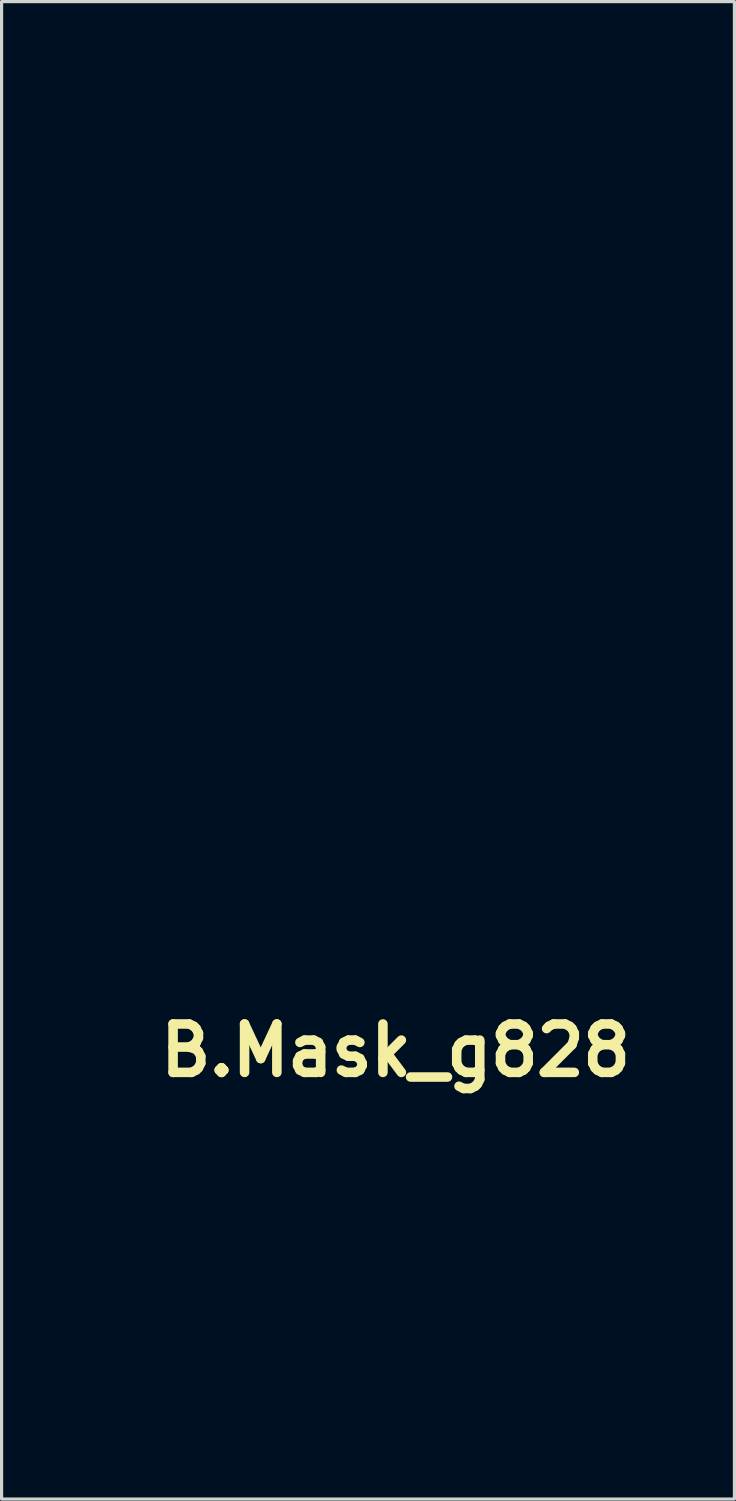
<source format=kicad_pcb>
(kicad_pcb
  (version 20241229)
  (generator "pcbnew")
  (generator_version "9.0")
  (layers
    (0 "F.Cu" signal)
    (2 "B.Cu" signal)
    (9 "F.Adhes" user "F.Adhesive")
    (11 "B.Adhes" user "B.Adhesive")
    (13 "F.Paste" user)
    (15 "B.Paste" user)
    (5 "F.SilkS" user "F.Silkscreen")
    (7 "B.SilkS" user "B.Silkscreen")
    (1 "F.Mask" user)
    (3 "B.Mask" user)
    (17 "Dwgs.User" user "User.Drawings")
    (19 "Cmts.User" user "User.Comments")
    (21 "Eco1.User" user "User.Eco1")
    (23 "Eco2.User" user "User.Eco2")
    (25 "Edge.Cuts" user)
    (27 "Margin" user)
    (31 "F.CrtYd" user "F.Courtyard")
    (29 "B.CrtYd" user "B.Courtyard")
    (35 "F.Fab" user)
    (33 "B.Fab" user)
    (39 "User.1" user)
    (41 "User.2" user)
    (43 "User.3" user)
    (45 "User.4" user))
  (footprint "B.Mask_g828"
    (layer "F.Cu")
    (at 9.401 30.013)
    (property "Reference" "B.Mask_g828" (at 0 0 0) (layer "F.SilkS") (effects (font (size 1.524 1.524) (thickness 0.3))))
    (attr through_hole)
    (fp_poly (pts (xy -3.49 -18.45) (xy -3.283 -18.35) (xy -3.111 -18.196) (xy -2.991 -17.993) (xy -2.965 -17.916) (xy -2.922 -17.633) (xy -2.951 -17.373) (xy -3.042 -17.146) (xy -3.189 -16.961) (xy -3.383 -16.828) (xy -3.617 -16.756) (xy -3.882 -16.755) (xy -3.937 -16.764) (xy -4.182 -16.845) (xy -4.369 -16.987) (xy -4.462 -17.113) (xy -4.569 -17.37) (xy -4.604 -17.635) (xy -4.566 -17.894) (xy -4.459 -18.128) (xy -4.366 -18.245) (xy -4.171 -18.394) (xy -3.95 -18.476) (xy -3.718 -18.494) (xy -3.49 -18.45)) (stroke (width 0.01) (type solid)) (fill yes) (layer "B.Mask"))
    (fp_poly (pts (xy 1.075 -2.8) (xy 1.3 -2.693) (xy 1.475 -2.523) (xy 1.591 -2.295) (xy 1.636 -2.089) (xy 1.631 -1.83) (xy 1.562 -1.587) (xy 1.437 -1.377) (xy 1.266 -1.217) (xy 1.156 -1.158) (xy 0.991 -1.117) (xy 0.789 -1.104) (xy 0.59 -1.12) (xy 0.444 -1.16) (xy 0.254 -1.286) (xy 0.105 -1.473) (xy 0.006 -1.702) (xy -0.033 -1.954) (xy -0.027 -2.089) (xy 0.041 -2.357) (xy 0.172 -2.571) (xy 0.36 -2.726) (xy 0.597 -2.815) (xy 0.804 -2.836) (xy 1.075 -2.8)) (stroke (width 0.01) (type solid)) (fill yes) (layer "B.Mask"))
    (fp_poly (pts (xy 2.297 9.409) (xy 2.487 9.481) (xy 2.489 9.482) (xy 2.679 9.635) (xy 2.811 9.838) (xy 2.884 10.074) (xy 2.895 10.328) (xy 2.84 10.582) (xy 2.732 10.799) (xy 2.586 10.95) (xy 2.387 11.057) (xy 2.158 11.114) (xy 1.923 11.114) (xy 1.763 11.074) (xy 1.55 10.954) (xy 1.389 10.783) (xy 1.282 10.574) (xy 1.23 10.344) (xy 1.233 10.107) (xy 1.292 9.878) (xy 1.408 9.673) (xy 1.582 9.505) (xy 1.672 9.45) (xy 1.855 9.393) (xy 2.075 9.379) (xy 2.297 9.409)) (stroke (width 0.01) (type solid)) (fill yes) (layer "B.Mask"))
    (fp_poly (pts (xy 5.184 -23.245) (xy 5.407 -23.137) (xy 5.582 -22.968) (xy 5.701 -22.747) (xy 5.755 -22.485) (xy 5.757 -22.416) (xy 5.723 -22.164) (xy 5.626 -21.935) (xy 5.479 -21.748) (xy 5.337 -21.646) (xy 5.135 -21.575) (xy 4.903 -21.548) (xy 4.677 -21.568) (xy 4.55 -21.607) (xy 4.353 -21.736) (xy 4.205 -21.918) (xy 4.111 -22.138) (xy 4.073 -22.379) (xy 4.094 -22.623) (xy 4.177 -22.854) (xy 4.288 -23.016) (xy 4.458 -23.167) (xy 4.655 -23.254) (xy 4.899 -23.283) (xy 4.924 -23.283) (xy 5.184 -23.245)) (stroke (width 0.01) (type solid)) (fill yes) (layer "B.Mask"))
    (fp_poly (pts (xy -0.14 -18.664) (xy -0.114 -18.654) (xy 0.064 -18.538) (xy 0.214 -18.361) (xy 0.319 -18.146) (xy 0.339 -18.076) (xy 0.365 -17.812) (xy 0.322 -17.559) (xy 0.217 -17.332) (xy 0.058 -17.148) (xy -0.1 -17.045) (xy -0.297 -16.989) (xy -0.526 -16.979) (xy -0.75 -17.016) (xy -0.871 -17.061) (xy -1.066 -17.202) (xy -1.206 -17.394) (xy -1.29 -17.622) (xy -1.314 -17.872) (xy -1.274 -18.126) (xy -1.169 -18.37) (xy -1.13 -18.431) (xy -0.994 -18.558) (xy -0.804 -18.651) (xy -0.582 -18.703) (xy -0.352 -18.709) (xy -0.14 -18.664)) (stroke (width 0.01) (type solid)) (fill yes) (layer "B.Mask"))
    (fp_poly (pts (xy 0.958 -7.031) (xy 1.189 -6.926) (xy 1.369 -6.764) (xy 1.492 -6.557) (xy 1.549 -6.313) (xy 1.532 -6.045) (xy 1.524 -6.013) (xy 1.44 -5.807) (xy 1.298 -5.604) (xy 1.119 -5.43) (xy 0.97 -5.332) (xy 0.795 -5.275) (xy 0.585 -5.252) (xy 0.376 -5.264) (xy 0.205 -5.312) (xy 0.191 -5.32) (xy -0.041 -5.478) (xy -0.196 -5.673) (xy -0.279 -5.91) (xy -0.295 -6.105) (xy -0.255 -6.385) (xy -0.138 -6.631) (xy 0.022 -6.811) (xy 0.231 -6.963) (xy 0.444 -7.045) (xy 0.687 -7.069) (xy 0.958 -7.031)) (stroke (width 0.01) (type solid)) (fill yes) (layer "B.Mask"))
    (fp_poly (pts (xy -6.161 -19.814) (xy -5.943 -19.673) (xy -5.929 -19.661) (xy -5.788 -19.514) (xy -5.698 -19.361) (xy -5.648 -19.179) (xy -5.631 -18.944) (xy -5.63 -18.883) (xy -5.648 -18.61) (xy -5.705 -18.398) (xy -5.809 -18.228) (xy -5.969 -18.082) (xy -5.978 -18.075) (xy -6.211 -17.943) (xy -6.446 -17.891) (xy -6.701 -17.916) (xy -6.744 -17.926) (xy -6.978 -18.029) (xy -7.167 -18.197) (xy -7.305 -18.418) (xy -7.384 -18.682) (xy -7.399 -18.978) (xy -7.396 -19.015) (xy -7.337 -19.283) (xy -7.218 -19.509) (xy -7.052 -19.687) (xy -6.851 -19.812) (xy -6.627 -19.878) (xy -6.393 -19.881) (xy -6.161 -19.814)) (stroke (width 0.01) (type solid)) (fill yes) (layer "B.Mask"))
    (fp_poly (pts (xy -8.4 -21.905) (xy -8.162 -21.828) (xy -8.077 -21.78) (xy -7.909 -21.623) (xy -7.795 -21.421) (xy -7.735 -21.192) (xy -7.728 -20.954) (xy -7.773 -20.722) (xy -7.871 -20.514) (xy -8.02 -20.348) (xy -8.13 -20.277) (xy -8.266 -20.223) (xy -8.425 -20.183) (xy -8.575 -20.161) (xy -8.685 -20.165) (xy -8.7 -20.169) (xy -8.77 -20.19) (xy -8.855 -20.21) (xy -8.961 -20.254) (xy -9.08 -20.331) (xy -9.104 -20.35) (xy -9.261 -20.534) (xy -9.358 -20.758) (xy -9.396 -21.005) (xy -9.375 -21.254) (xy -9.295 -21.486) (xy -9.155 -21.683) (xy -9.106 -21.728) (xy -8.895 -21.853) (xy -8.652 -21.913) (xy -8.4 -21.905)) (stroke (width 0.01) (type solid)) (fill yes) (layer "B.Mask"))
    (fp_poly (pts (xy 1.467 1.72) (xy 1.705 1.821) (xy 1.787 1.877) (xy 1.966 2.049) (xy 2.078 2.248) (xy 2.13 2.489) (xy 2.136 2.646) (xy 2.1 2.937) (xy 1.997 3.18) (xy 1.829 3.37) (xy 1.6 3.504) (xy 1.507 3.536) (xy 1.355 3.577) (xy 1.242 3.59) (xy 1.129 3.578) (xy 1.009 3.548) (xy 0.821 3.462) (xy 0.642 3.318) (xy 0.5 3.142) (xy 0.443 3.029) (xy 0.396 2.846) (xy 0.385 2.625) (xy 0.388 2.545) (xy 0.403 2.373) (xy 0.431 2.254) (xy 0.483 2.156) (xy 0.534 2.087) (xy 0.743 1.883) (xy 0.975 1.753) (xy 1.22 1.698) (xy 1.467 1.72)) (stroke (width 0.01) (type solid)) (fill yes) (layer "B.Mask"))
    (fp_poly (pts (xy 1.551 6.08) (xy 1.674 6.101) (xy 1.778 6.144) (xy 1.85 6.188) (xy 2.023 6.35) (xy 2.139 6.558) (xy 2.199 6.795) (xy 2.202 7.042) (xy 2.146 7.282) (xy 2.032 7.498) (xy 1.904 7.636) (xy 1.795 7.713) (xy 1.696 7.761) (xy 1.679 7.766) (xy 1.448 7.801) (xy 1.27 7.799) (xy 1.27 7.799) (xy 1.1 7.772) (xy 0.979 7.727) (xy 0.869 7.653) (xy 0.848 7.636) (xy 0.68 7.445) (xy 0.582 7.213) (xy 0.55 6.937) (xy 0.584 6.648) (xy 0.683 6.412) (xy 0.846 6.229) (xy 0.902 6.188) (xy 1.01 6.126) (xy 1.117 6.091) (xy 1.256 6.077) (xy 1.376 6.075) (xy 1.551 6.08)) (stroke (width 0.01) (type solid)) (fill yes) (layer "B.Mask"))
    (fp_poly (pts (xy -5.747 -28.399) (xy -5.546 -28.325) (xy -5.376 -28.229) (xy -5.261 -28.135) (xy -5.172 -28.016) (xy -5.096 -27.869) (xy -4.984 -27.555) (xy -4.943 -27.243) (xy -4.967 -26.944) (xy -5.055 -26.671) (xy -5.204 -26.434) (xy -5.409 -26.245) (xy -5.566 -26.157) (xy -5.722 -26.111) (xy -5.928 -26.086) (xy -6.151 -26.082) (xy -6.357 -26.1) (xy -6.458 -26.122) (xy -6.607 -26.195) (xy -6.769 -26.32) (xy -6.919 -26.473) (xy -7.03 -26.631) (xy -7.035 -26.643) (xy -7.098 -26.82) (xy -7.137 -27.044) (xy -7.15 -27.283) (xy -7.135 -27.5) (xy -7.118 -27.581) (xy -7.067 -27.719) (xy -6.989 -27.876) (xy -6.946 -27.95) (xy -6.773 -28.146) (xy -6.548 -28.295) (xy -6.289 -28.39) (xy -6.015 -28.427) (xy -5.747 -28.399)) (stroke (width 0.01) (type solid)) (fill yes) (layer "B.Mask"))
    (fp_poly (pts (xy 0.589 -29.962) (xy 0.854 -29.846) (xy 1.059 -29.682) (xy 1.16 -29.571) (xy 1.224 -29.473) (xy 1.266 -29.358) (xy 1.301 -29.195) (xy 1.307 -29.16) (xy 1.339 -28.801) (xy 1.302 -28.482) (xy 1.201 -28.207) (xy 1.038 -27.982) (xy 0.818 -27.812) (xy 0.544 -27.703) (xy 0.331 -27.666) (xy 0.137 -27.665) (xy -0.058 -27.692) (xy -0.097 -27.702) (xy -0.357 -27.818) (xy -0.578 -28.007) (xy -0.74 -28.24) (xy -0.806 -28.373) (xy -0.844 -28.491) (xy -0.862 -28.628) (xy -0.867 -28.808) (xy -0.863 -28.989) (xy -0.846 -29.127) (xy -0.807 -29.257) (xy -0.737 -29.416) (xy -0.712 -29.468) (xy -0.631 -29.629) (xy -0.566 -29.732) (xy -0.498 -29.8) (xy -0.408 -29.852) (xy -0.333 -29.886) (xy -0.018 -29.983) (xy 0.294 -30.008) (xy 0.589 -29.962)) (stroke (width 0.01) (type solid)) (fill yes) (layer "B.Mask"))
    (fp_poly (pts (xy -1.948 -25.644) (xy -1.923 -25.641) (xy -1.716 -25.566) (xy -1.548 -25.422) (xy -1.453 -25.268) (xy -1.419 -25.204) (xy -1.367 -25.138) (xy -1.289 -25.061) (xy -1.175 -24.967) (xy -1.016 -24.848) (xy -0.803 -24.695) (xy -0.615 -24.562) (xy 0.25 -23.957) (xy 1.068 -23.381) (xy 1.838 -22.837) (xy 2.559 -22.325) (xy 3.228 -21.848) (xy 3.844 -21.406) (xy 4.405 -21.001) (xy 4.909 -20.634) (xy 5.354 -20.307) (xy 5.738 -20.02) (xy 6.06 -19.775) (xy 6.317 -19.574) (xy 6.508 -19.418) (xy 6.631 -19.308) (xy 6.635 -19.304) (xy 6.779 -19.106) (xy 6.846 -18.881) (xy 6.834 -18.642) (xy 6.778 -18.475) (xy 6.678 -18.302) (xy 6.558 -18.188) (xy 6.408 -18.132) (xy 6.219 -18.133) (xy 5.981 -18.189) (xy 5.697 -18.293) (xy 5.581 -18.34) (xy 5.407 -18.409) (xy 5.185 -18.495) (xy 4.926 -18.596) (xy 4.64 -18.707) (xy 4.336 -18.824) (xy 4.026 -18.943) (xy 3.719 -19.061) (xy 3.426 -19.173) (xy 3.157 -19.276) (xy 2.922 -19.365) (xy 2.731 -19.437) (xy 2.594 -19.488) (xy 2.523 -19.513) (xy 2.514 -19.516) (xy 2.532 -19.49) (xy 2.592 -19.425) (xy 2.608 -19.409) (xy 2.697 -19.296) (xy 2.774 -19.16) (xy 2.779 -19.147) (xy 2.824 -18.975) (xy 2.842 -18.765) (xy 2.832 -18.556) (xy 2.795 -18.394) (xy 2.703 -18.234) (xy 2.564 -18.081) (xy 2.413 -17.973) (xy 2.277 -17.925) (xy 2.106 -17.894) (xy 1.947 -17.886) (xy 1.884 -17.893) (xy 1.769 -17.917) (xy 1.707 -17.93) (xy 1.576 -17.991) (xy 1.438 -18.106) (xy 1.318 -18.254) (xy 1.265 -18.35) (xy 1.211 -18.534) (xy 1.188 -18.753) (xy 1.199 -18.971) (xy 1.243 -19.147) (xy 1.337 -19.302) (xy 1.47 -19.447) (xy 1.614 -19.55) (xy 1.651 -19.567) (xy 1.76 -19.599) (xy 1.865 -19.622) (xy 2.201 -19.622) (xy 2.223 -19.6) (xy 2.244 -19.622) (xy 2.223 -19.643) (xy 2.201 -19.622) (xy 1.865 -19.622) (xy 1.903 -19.63) (xy 1.947 -19.637) (xy 2.138 -19.665) (xy 1.926 -19.745) (xy 1.849 -19.774) (xy 1.702 -19.83) (xy 1.493 -19.91) (xy 1.232 -20.01) (xy 0.928 -20.127) (xy 0.589 -20.257) (xy 0.225 -20.397) (xy -0.156 -20.543) (xy -0.545 -20.693) (xy -0.933 -20.842) (xy -1.311 -20.987) (xy -1.67 -21.125) (xy -2.001 -21.252) (xy -2.295 -21.366) (xy -2.545 -21.462) (xy -2.739 -21.537) (xy -2.87 -21.588) (xy -2.897 -21.598) (xy -3.086 -21.692) (xy -3.27 -21.817) (xy -3.337 -21.874) (xy -3.526 -22.053) (xy -3.502 -22.403) (xy -3.47 -22.675) (xy -3.407 -22.999) (xy -3.321 -23.352) (xy -3.218 -23.709) (xy -3.105 -24.046) (xy -2.991 -24.332) (xy -2.909 -24.529) (xy -2.838 -24.717) (xy -2.789 -24.873) (xy -2.772 -24.949) (xy -2.72 -25.144) (xy -2.621 -25.308) (xy -2.458 -25.466) (xy -2.437 -25.483) (xy -2.269 -25.596) (xy -2.116 -25.646) (xy -1.948 -25.644)) (stroke (width 0.01) (type solid)) (fill yes) (layer "B.Mask")))
  (gr_rect
    (start -3 -3)
    (end 20.065 44.132)
    (stroke (width 0.1) (type default))
    (fill no)
    (layer "Edge.Cuts")))
</source>
